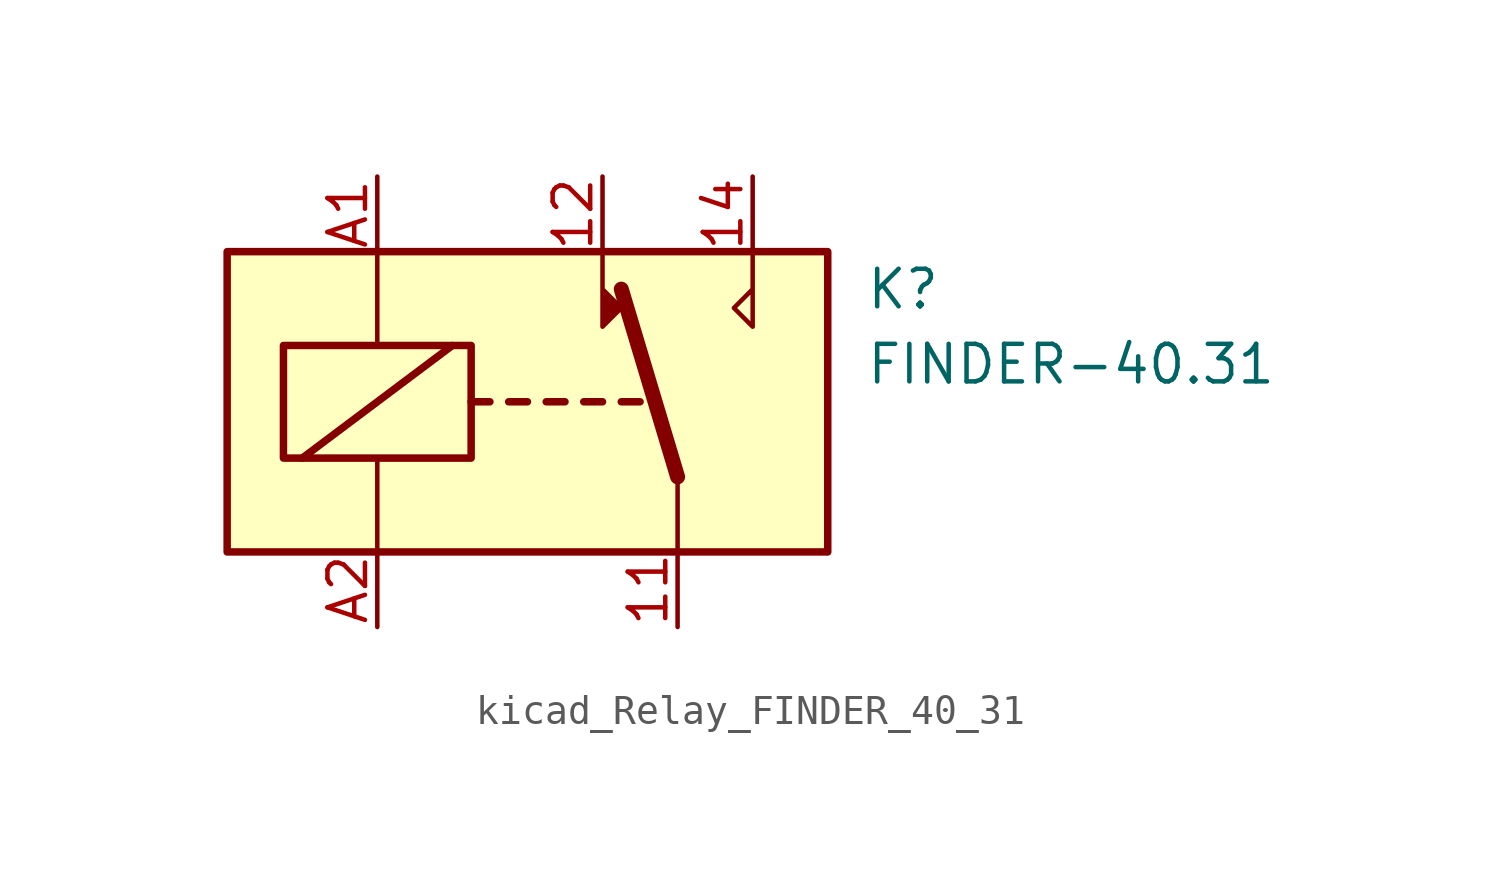
<source format=kicad_sym>
(kicad_symbol_lib
  (version 20220914)
  (generator kicad_symbol_editor)
  (symbol "kicad_Relay_FINDER_40_31"
    (property "Reference" "K"
      (at 11.43 3.81 0)
      (effects (font (size 1.27 1.27)) (justify left)))
    (property "Value" "FINDER-40.31"
      (at 11.43 1.27 0)
      (effects (font (size 1.27 1.27)) (justify left)))
    (symbol "kicad_Relay_FINDER_40_31_0_0"
      (polyline (pts (xy 7.62 5.08) (xy 7.62 2.54) (xy 6.985 3.175) (xy 7.62 3.81)) (stroke (width 0) (type default)) (fill (type none))))
    (symbol "kicad_Relay_FINDER_40_31_0_1"
      (rectangle (start -10.16 5.08) (end 10.16 -5.08) (stroke (width 0.254) (type default)) (fill (type background)))
      (rectangle (start -8.255 1.905) (end -1.905 -1.905) (stroke (width 0.254) (type default)) (fill (type none)))
      (polyline (pts (xy -7.62 -1.905) (xy -2.54 1.905)) (stroke (width 0.254) (type default)) (fill (type none)))
      (polyline (pts (xy -5.08 -5.08) (xy -5.08 -1.905)) (stroke (width 0) (type default)) (fill (type none)))
      (polyline (pts (xy -5.08 5.08) (xy -5.08 1.905)) (stroke (width 0) (type default)) (fill (type none)))
      (polyline (pts (xy -1.905 0) (xy -1.27 0)) (stroke (width 0.254) (type default)) (fill (type none)))
      (polyline (pts (xy -0.635 0) (xy 0 0)) (stroke (width 0.254) (type default)) (fill (type none)))
      (polyline (pts (xy 0.635 0) (xy 1.27 0)) (stroke (width 0.254) (type default)) (fill (type none)))
      (polyline (pts (xy 1.905 0) (xy 2.54 0)) (stroke (width 0.254) (type default)) (fill (type none)))
      (polyline (pts (xy 3.175 0) (xy 3.81 0)) (stroke (width 0.254) (type default)) (fill (type none)))
      (polyline (pts (xy 5.08 -2.54) (xy 3.175 3.81)) (stroke (width 0.508) (type default)) (fill (type none)))
      (polyline (pts (xy 5.08 -2.54) (xy 5.08 -5.08)) (stroke (width 0) (type default)) (fill (type none)))
      (polyline (pts (xy 2.54 5.08) (xy 2.54 2.54) (xy 3.175 3.175) (xy 2.54 3.81)) (stroke (width 0) (type default)) (fill (type outline))))
    (symbol "kicad_Relay_FINDER_40_31_1_1"
      (pin passive line (at 5.08 -7.62 90) (length 2.54) (name "~" (effects (font (size 1.27 1.27)))) (number "11" (effects (font (size 1.27 1.27)))))
      (pin passive line (at 2.54 7.62 270) (length 2.54) (name "~" (effects (font (size 1.27 1.27)))) (number "12" (effects (font (size 1.27 1.27)))))
      (pin passive line (at 7.62 7.62 270) (length 2.54) (name "~" (effects (font (size 1.27 1.27)))) (number "14" (effects (font (size 1.27 1.27)))))
      (pin passive line (at -5.08 7.62 270) (length 2.54) (name "~" (effects (font (size 1.27 1.27)))) (number "A1" (effects (font (size 1.27 1.27)))))
      (pin passive line (at -5.08 -7.62 90) (length 2.54) (name "~" (effects (font (size 1.27 1.27)))) (number "A2" (effects (font (size 1.27 1.27))))))))
</source>
